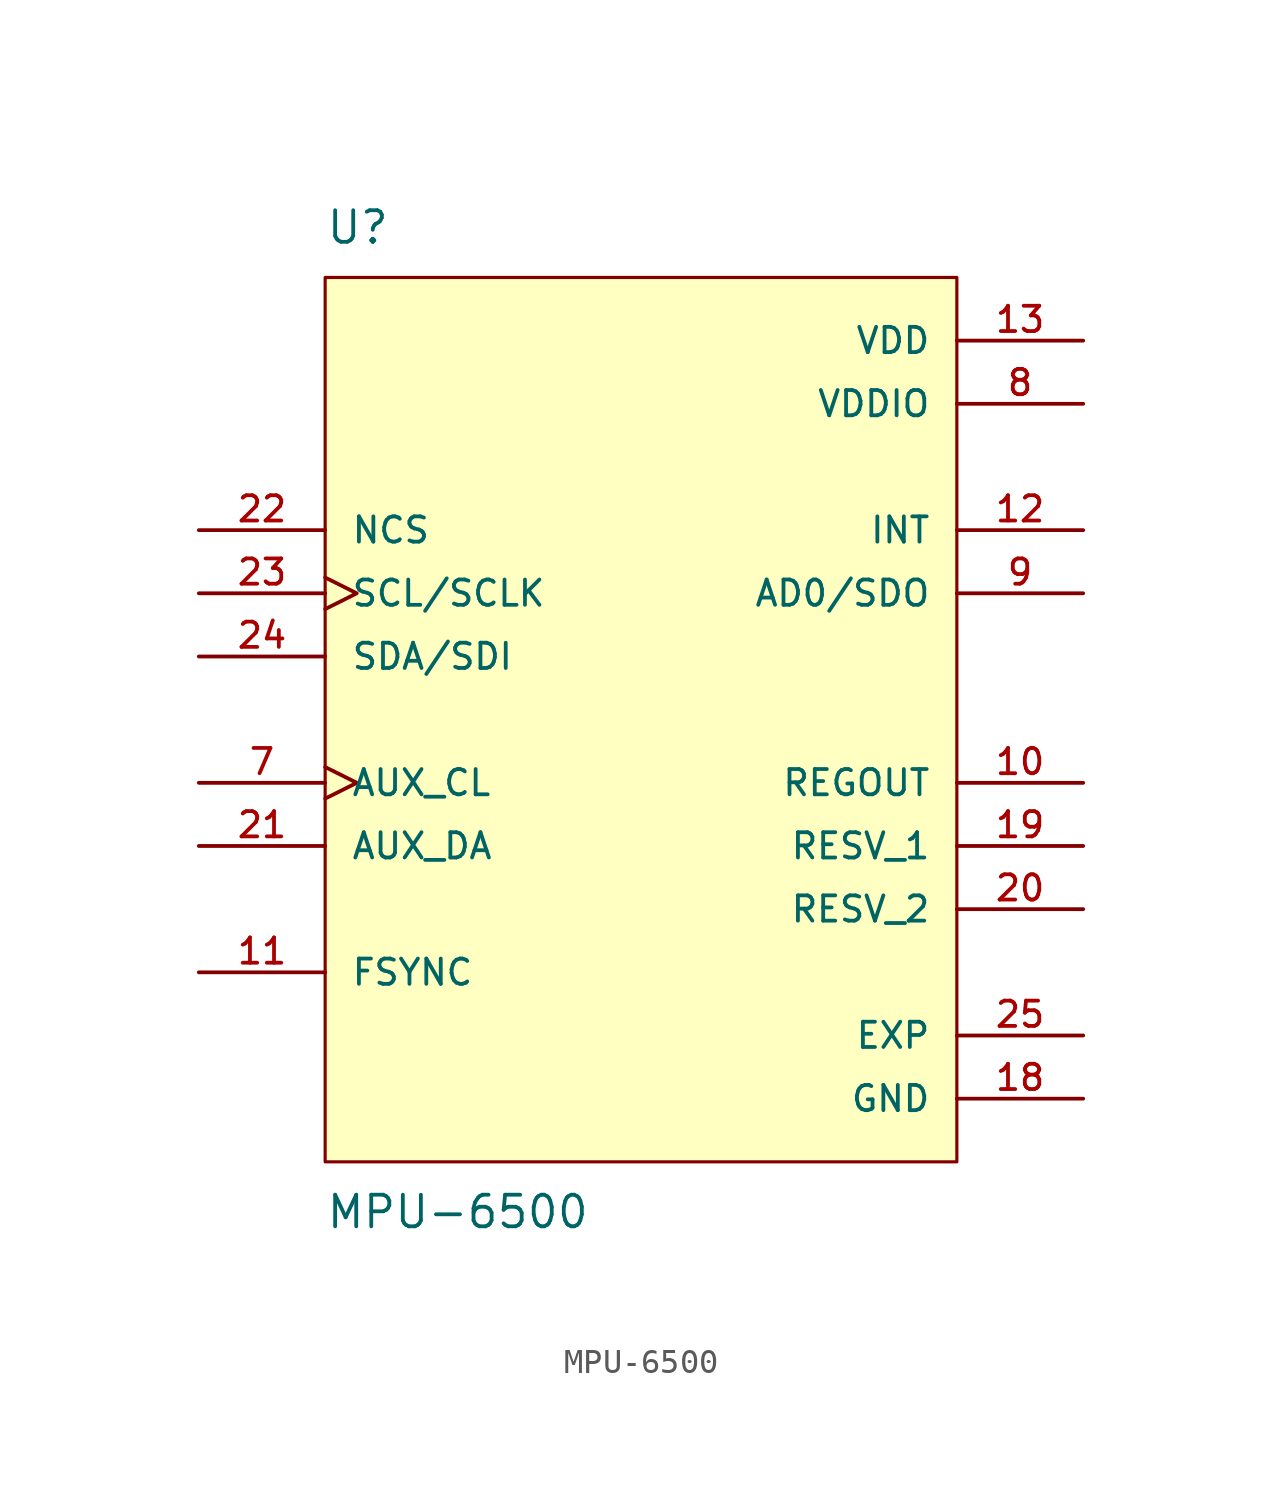
<source format=kicad_sym>
(kicad_symbol_lib
  (version 20241209)
  (generator "kicad_symbol_editor")
  (generator_version "9.0")
  (symbol "MPU-6500"
    (pin_names
      (offset 1.016))
    (property "Reference" "U"
      (at -12.7 19.05 0)
      (effects (font (size 1.27 1.27)) (justify left bottom)))
    (property "Value" "MPU-6500"
      (at -12.7 -19.05 0)
      (effects (font (size 1.27 1.27)) (justify left top)))
    (symbol "MPU-6500_0_0"
      (pin input line (at -17.78 7.62 0) (length 5.08) (name "NCS" (effects (font (size 1.016 1.016)))) (number "22" (effects (font (size 1.016 1.016)))))
      (pin input clock (at -17.78 5.08 0) (length 5.08) (name "SCL/SCLK" (effects (font (size 1.016 1.016)))) (number "23" (effects (font (size 1.016 1.016)))))
      (pin bidirectional line (at -17.78 2.54 0) (length 5.08) (name "SDA/SDI" (effects (font (size 1.016 1.016)))) (number "24" (effects (font (size 1.016 1.016)))))
      (pin input clock (at -17.78 -2.54 0) (length 5.08) (name "AUX_CL" (effects (font (size 1.016 1.016)))) (number "7" (effects (font (size 1.016 1.016)))))
      (pin bidirectional line (at -17.78 -5.08 0) (length 5.08) (name "AUX_DA" (effects (font (size 1.016 1.016)))) (number "21" (effects (font (size 1.016 1.016)))))
      (pin input line (at -17.78 -10.16 0) (length 5.08) (name "FSYNC" (effects (font (size 1.016 1.016)))) (number "11" (effects (font (size 1.016 1.016)))))
      (pin power_in line (at 17.78 15.24 180) (length 5.08) (name "VDD" (effects (font (size 1.016 1.016)))) (number "13" (effects (font (size 1.016 1.016)))))
      (pin power_in line (at 17.78 12.7 180) (length 5.08) (name "VDDIO" (effects (font (size 1.016 1.016)))) (number "8" (effects (font (size 1.016 1.016)))))
      (pin output line (at 17.78 7.62 180) (length 5.08) (name "INT" (effects (font (size 1.016 1.016)))) (number "12" (effects (font (size 1.016 1.016)))))
      (pin output line (at 17.78 5.08 180) (length 5.08) (name "AD0/SDO" (effects (font (size 1.016 1.016)))) (number "9" (effects (font (size 1.016 1.016)))))
      (pin output line (at 17.78 -2.54 180) (length 5.08) (name "REGOUT" (effects (font (size 1.016 1.016)))) (number "10" (effects (font (size 1.016 1.016)))))
      (pin passive line (at 17.78 -5.08 180) (length 5.08) (name "RESV_1" (effects (font (size 1.016 1.016)))) (number "19" (effects (font (size 1.016 1.016)))))
      (pin passive line (at 17.78 -7.62 180) (length 5.08) (name "RESV_2" (effects (font (size 1.016 1.016)))) (number "20" (effects (font (size 1.016 1.016)))))
      (pin passive line (at 17.78 -12.7 180) (length 5.08) (name "EXP" (effects (font (size 1.016 1.016)))) (number "25" (effects (font (size 1.016 1.016)))))
      (pin power_in line (at 17.78 -15.24 180) (length 5.08) (name "GND" (effects (font (size 1.016 1.016)))) (number "18" (effects (font (size 1.016 1.016))))))
    (symbol "MPU-6500_1_0"
      (rectangle (start -12.7 17.78) (end 12.7 -17.78) (stroke (width 0.127) (type solid)) (fill (type background))))))
</source>
